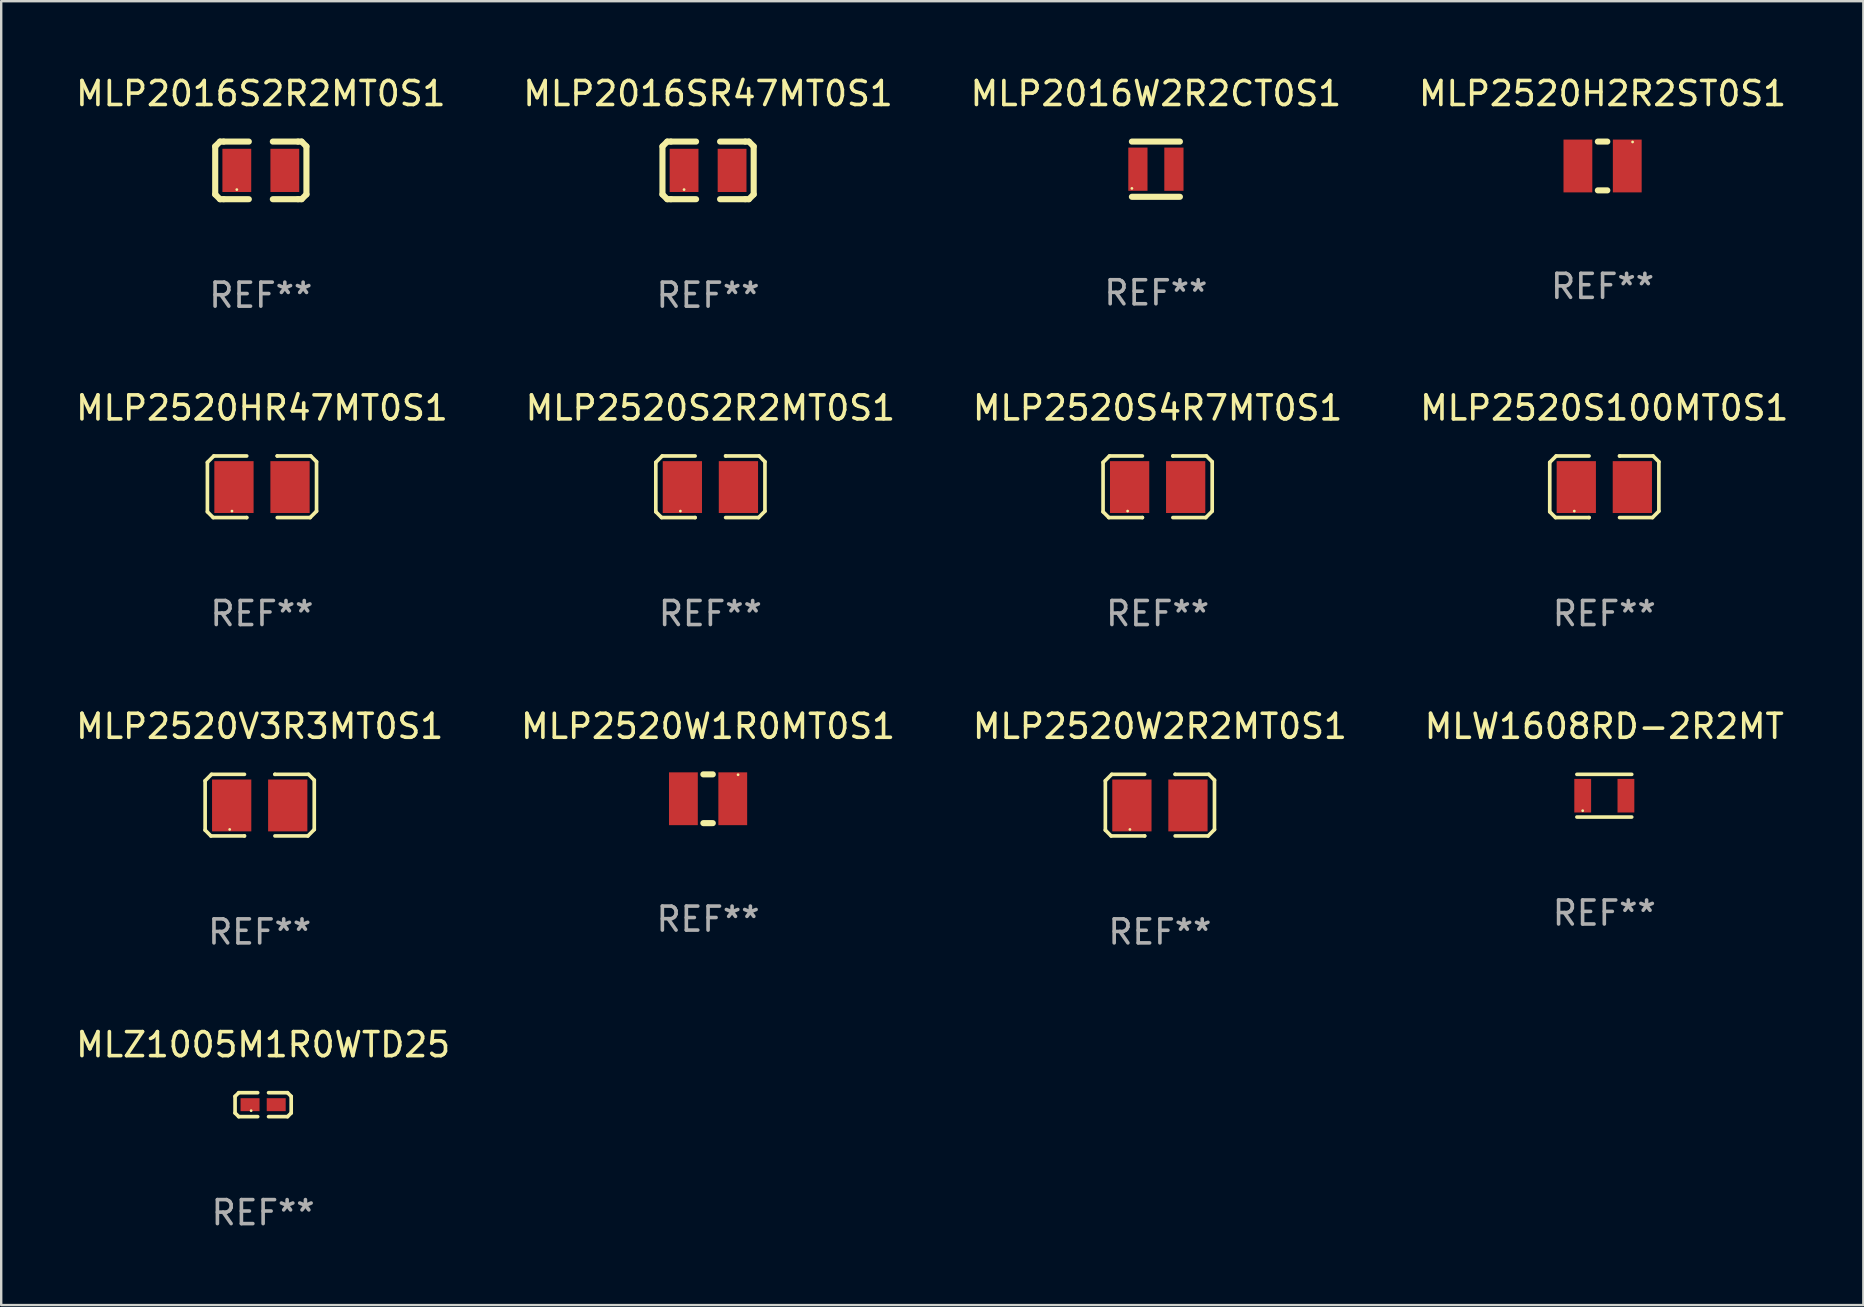
<source format=kicad_pcb>
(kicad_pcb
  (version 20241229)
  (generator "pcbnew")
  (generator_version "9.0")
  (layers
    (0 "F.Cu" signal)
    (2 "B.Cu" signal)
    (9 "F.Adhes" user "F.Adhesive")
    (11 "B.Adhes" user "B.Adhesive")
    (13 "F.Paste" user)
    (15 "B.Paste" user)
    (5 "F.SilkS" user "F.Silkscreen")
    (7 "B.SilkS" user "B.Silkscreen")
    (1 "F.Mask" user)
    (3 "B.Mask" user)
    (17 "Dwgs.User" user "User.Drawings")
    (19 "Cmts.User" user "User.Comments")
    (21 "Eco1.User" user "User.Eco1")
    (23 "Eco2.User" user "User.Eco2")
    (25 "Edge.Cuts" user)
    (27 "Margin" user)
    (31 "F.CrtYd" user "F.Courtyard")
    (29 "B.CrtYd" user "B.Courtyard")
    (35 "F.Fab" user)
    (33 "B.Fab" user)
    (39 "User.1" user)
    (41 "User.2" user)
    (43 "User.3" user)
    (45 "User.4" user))
  (footprint "MLW1608RD-2R2MT"
    (layer "F.Cu")
    (at 63.78 30.096)
    (property "Reference" "MLW1608RD-2R2MT" (at 0 -2.889 0) (layer "F.SilkS") (effects (font (size 1 1) (thickness 0.15))))
    (attr through_hole)
    (fp_line (start -1.143 -0.889) (end 1.143 -0.889) (stroke (width 0.15) (type solid)) (layer "F.SilkS"))
    (fp_line (start -1.143 0.889) (end 1.143 0.889) (stroke (width 0.15) (type solid)) (layer "F.SilkS"))
    (fp_circle (center -0.9 0.625) (end -0.87 0.625) (stroke (width 0.06) (type solid)) (fill no) (layer "F.SilkS"))
    (fp_text user "REF**" (at 0 4.889 0) (layer "F.Fab") (effects (font (size 1 1) (thickness 0.15))))
    (pad "1" smd rect (at -0.9 0) (size 0.7 1.4) (layers "F.Cu" "F.Mask" "F.Paste"))
    (pad "2" smd rect (at 0.9 0) (size 0.7 1.4) (layers "F.Cu" "F.Mask" "F.Paste")))
  (footprint "MLP2520S100MT0S1"
    (layer "F.Cu")
    (at 63.78 17.227)
    (property "Reference" "MLP2520S100MT0S1" (at 0 -3.283 0) (layer "F.SilkS") (effects (font (size 1 1) (thickness 0.15))))
    (attr through_hole)
    (fp_line (start -2.273 -1.016) (end -2.007 -1.283) (stroke (width 0.152) (type solid)) (layer "F.SilkS"))
    (fp_line (start -2.273 1.041) (end -2.273 -1.016) (stroke (width 0.152) (type solid)) (layer "F.SilkS"))
    (fp_line (start -2.032 1.283) (end -2.273 1.041) (stroke (width 0.152) (type solid)) (layer "F.SilkS"))
    (fp_line (start -2.007 -1.283) (end -0.635 -1.283) (stroke (width 0.152) (type solid)) (layer "F.SilkS"))
    (fp_line (start -0.635 1.283) (end -2.032 1.283) (stroke (width 0.152) (type solid)) (layer "F.SilkS"))
    (fp_line (start -0.635 1.283) (end -0.635 1.283) (stroke (width 0.152) (type solid)) (layer "F.SilkS"))
    (fp_line (start 0.635 -1.283) (end 0.635 -1.283) (stroke (width 0.152) (type solid)) (layer "F.SilkS"))
    (fp_line (start 0.635 -1.283) (end 2.032 -1.283) (stroke (width 0.152) (type solid)) (layer "F.SilkS"))
    (fp_line (start 2.007 1.283) (end 0.635 1.283) (stroke (width 0.152) (type solid)) (layer "F.SilkS"))
    (fp_line (start 2.032 -1.283) (end 2.273 -1.041) (stroke (width 0.152) (type solid)) (layer "F.SilkS"))
    (fp_line (start 2.273 -1.041) (end 2.273 1.016) (stroke (width 0.152) (type solid)) (layer "F.SilkS"))
    (fp_line (start 2.273 1.016) (end 2.007 1.283) (stroke (width 0.152) (type solid)) (layer "F.SilkS"))
    (fp_circle (center -1.25 1.013) (end -1.22 1.013) (stroke (width 0.06) (type solid)) (fill no) (layer "F.SilkS"))
    (fp_text user "REF**" (at 0 5.283 0) (layer "F.Fab") (effects (font (size 1 1) (thickness 0.15))))
    (pad "1" smd rect (at -1.167 0.013) (size 1.635 2.16) (layers "F.Cu" "F.Mask" "F.Paste"))
    (pad "2" smd rect (at 1.168 0.013) (size 1.635 2.16) (layers "F.Cu" "F.Mask" "F.Paste")))
  (footprint "MLP2520HR47MT0S1"
    (layer "F.Cu")
    (at 7.863 17.227)
    (property "Reference" "MLP2520HR47MT0S1" (at 0 -3.283 0) (layer "F.SilkS") (effects (font (size 1 1) (thickness 0.15))))
    (attr through_hole)
    (fp_line (start -2.273 -1.016) (end -2.007 -1.283) (stroke (width 0.152) (type solid)) (layer "F.SilkS"))
    (fp_line (start -2.273 1.041) (end -2.273 -1.016) (stroke (width 0.152) (type solid)) (layer "F.SilkS"))
    (fp_line (start -2.032 1.283) (end -2.273 1.041) (stroke (width 0.152) (type solid)) (layer "F.SilkS"))
    (fp_line (start -2.007 -1.283) (end -0.635 -1.283) (stroke (width 0.152) (type solid)) (layer "F.SilkS"))
    (fp_line (start -0.635 1.283) (end -2.032 1.283) (stroke (width 0.152) (type solid)) (layer "F.SilkS"))
    (fp_line (start -0.635 1.283) (end -0.635 1.283) (stroke (width 0.152) (type solid)) (layer "F.SilkS"))
    (fp_line (start 0.635 -1.283) (end 0.635 -1.283) (stroke (width 0.152) (type solid)) (layer "F.SilkS"))
    (fp_line (start 0.635 -1.283) (end 2.032 -1.283) (stroke (width 0.152) (type solid)) (layer "F.SilkS"))
    (fp_line (start 2.007 1.283) (end 0.635 1.283) (stroke (width 0.152) (type solid)) (layer "F.SilkS"))
    (fp_line (start 2.032 -1.283) (end 2.273 -1.041) (stroke (width 0.152) (type solid)) (layer "F.SilkS"))
    (fp_line (start 2.273 -1.041) (end 2.273 1.016) (stroke (width 0.152) (type solid)) (layer "F.SilkS"))
    (fp_line (start 2.273 1.016) (end 2.007 1.283) (stroke (width 0.152) (type solid)) (layer "F.SilkS"))
    (fp_circle (center -1.25 1.013) (end -1.22 1.013) (stroke (width 0.06) (type solid)) (fill no) (layer "F.SilkS"))
    (fp_text user "REF**" (at 0 5.283 0) (layer "F.Fab") (effects (font (size 1 1) (thickness 0.15))))
    (pad "1" smd rect (at -1.167 0.013) (size 1.635 2.16) (layers "F.Cu" "F.Mask" "F.Paste"))
    (pad "2" smd rect (at 1.168 0.013) (size 1.635 2.16) (layers "F.Cu" "F.Mask" "F.Paste")))
  (footprint "MLP2016W2R2CT0S1"
    (layer "F.Cu")
    (at 45.101 3.998)
    (property "Reference" "MLP2016W2R2CT0S1" (at 0 -3.15 0) (layer "F.SilkS") (effects (font (size 1 1) (thickness 0.15))))
    (attr through_hole)
    (fp_line (start -1 -1.15) (end 1 -1.15) (stroke (width 0.254) (type solid)) (layer "F.SilkS"))
    (fp_line (start 1 1.15) (end -1 1.15) (stroke (width 0.254) (type solid)) (layer "F.SilkS"))
    (fp_circle (center -1 0.8) (end -0.97 0.8) (stroke (width 0.06) (type solid)) (fill no) (layer "F.SilkS"))
    (fp_text user "REF**" (at 0 5.15 0) (layer "F.Fab") (effects (font (size 1 1) (thickness 0.15))))
    (pad "1" smd rect (at -0.75 0 90) (size 1.8 0.8) (layers "F.Cu" "F.Mask" "F.Paste"))
    (pad "2" smd rect (at 0.75 0 90) (size 1.8 0.8) (layers "F.Cu" "F.Mask" "F.Paste")))
  (footprint "MLZ1005M1R0WTD25"
    (layer "F.Cu")
    (at 7.911 42.967)
    (property "Reference" "MLZ1005M1R0WTD25" (at 0 -2.499 0) (layer "F.SilkS") (effects (font (size 1 1) (thickness 0.15))))
    (attr through_hole)
    (fp_line (start -1.169 -0.346) (end -1.016 -0.499) (stroke (width 0.152) (type solid)) (layer "F.SilkS"))
    (fp_line (start -1.169 0.346) (end -1.169 -0.346) (stroke (width 0.152) (type solid)) (layer "F.SilkS"))
    (fp_line (start -1.016 -0.499) (end -0.226 -0.499) (stroke (width 0.152) (type solid)) (layer "F.SilkS"))
    (fp_line (start -1.016 0.499) (end -1.169 0.346) (stroke (width 0.152) (type solid)) (layer "F.SilkS"))
    (fp_line (start -0.226 0.499) (end -1.016 0.499) (stroke (width 0.152) (type solid)) (layer "F.SilkS"))
    (fp_line (start 0.226 0.499) (end 1.016 0.499) (stroke (width 0.152) (type solid)) (layer "F.SilkS"))
    (fp_line (start 1.016 -0.499) (end 0.226 -0.499) (stroke (width 0.152) (type solid)) (layer "F.SilkS"))
    (fp_line (start 1.016 0.499) (end 1.169 0.346) (stroke (width 0.152) (type solid)) (layer "F.SilkS"))
    (fp_line (start 1.169 -0.346) (end 1.016 -0.499) (stroke (width 0.152) (type solid)) (layer "F.SilkS"))
    (fp_line (start 1.169 0.346) (end 1.169 -0.346) (stroke (width 0.152) (type solid)) (layer "F.SilkS"))
    (fp_circle (center -0.5 0.25) (end -0.47 0.25) (stroke (width 0.06) (type solid)) (fill no) (layer "F.SilkS"))
    (fp_text user "REF**" (at 0 4.499 0) (layer "F.Fab") (effects (font (size 1 1) (thickness 0.15))))
    (pad "1" smd rect (at -0.545 0) (size 0.79 0.54) (layers "F.Cu" "F.Mask" "F.Paste"))
    (pad "2" smd rect (at 0.545 0) (size 0.79 0.54) (layers "F.Cu" "F.Mask" "F.Paste")))
  (footprint "MLP2016SR47MT0S1"
    (layer "F.Cu")
    (at 26.446 4.048)
    (property "Reference" "MLP2016SR47MT0S1" (at 0 -3.2 0) (layer "F.SilkS") (effects (font (size 1 1) (thickness 0.15))))
    (attr through_hole)
    (fp_line (start -1.9 -1) (end -1.9 1) (stroke (width 0.254) (type solid)) (layer "F.SilkS"))
    (fp_line (start -1.7 -1.2) (end -1.9 -1) (stroke (width 0.254) (type solid)) (layer "F.SilkS"))
    (fp_line (start -1.7 1.2) (end -1.9 1) (stroke (width 0.254) (type solid)) (layer "F.SilkS"))
    (fp_line (start -1.55 -1.2) (end -1.7 -1.2) (stroke (width 0.254) (type solid)) (layer "F.SilkS"))
    (fp_line (start -1.55 1.2) (end -1.7 1.2) (stroke (width 0.254) (type solid)) (layer "F.SilkS"))
    (fp_line (start -0.5 -1.2) (end -1.55 -1.2) (stroke (width 0.254) (type solid)) (layer "F.SilkS"))
    (fp_line (start -0.5 1.2) (end -1.55 1.2) (stroke (width 0.254) (type solid)) (layer "F.SilkS"))
    (fp_line (start 0.5 -1.2) (end 1.55 -1.2) (stroke (width 0.254) (type solid)) (layer "F.SilkS"))
    (fp_line (start 0.5 1.2) (end 1.55 1.2) (stroke (width 0.254) (type solid)) (layer "F.SilkS"))
    (fp_line (start 1.55 -1.2) (end 1.7 -1.2) (stroke (width 0.254) (type solid)) (layer "F.SilkS"))
    (fp_line (start 1.55 1.2) (end 1.7 1.2) (stroke (width 0.254) (type solid)) (layer "F.SilkS"))
    (fp_line (start 1.7 -1.2) (end 1.9 -1) (stroke (width 0.254) (type solid)) (layer "F.SilkS"))
    (fp_line (start 1.7 1.2) (end 1.9 1) (stroke (width 0.254) (type solid)) (layer "F.SilkS"))
    (fp_line (start 1.9 -1) (end 1.9 1) (stroke (width 0.254) (type solid)) (layer "F.SilkS"))
    (fp_circle (center -1 0.8) (end -0.97 0.8) (stroke (width 0.06) (type solid)) (fill no) (layer "F.SilkS"))
    (fp_text user "REF**" (at 0 5.2 0) (layer "F.Fab") (effects (font (size 1 1) (thickness 0.15))))
    (pad "1" smd rect (at -1 0) (size 1.2 1.8) (layers "F.Cu" "F.Mask" "F.Paste"))
    (pad "2" smd rect (at 1 0) (size 1.2 1.8) (layers "F.Cu" "F.Mask" "F.Paste")))
  (footprint "MLP2520S4R7MT0S1"
    (layer "F.Cu")
    (at 45.173 17.227)
    (property "Reference" "MLP2520S4R7MT0S1" (at 0 -3.283 0) (layer "F.SilkS") (effects (font (size 1 1) (thickness 0.15))))
    (attr through_hole)
    (fp_line (start -2.273 -1.016) (end -2.007 -1.283) (stroke (width 0.152) (type solid)) (layer "F.SilkS"))
    (fp_line (start -2.273 1.041) (end -2.273 -1.016) (stroke (width 0.152) (type solid)) (layer "F.SilkS"))
    (fp_line (start -2.032 1.283) (end -2.273 1.041) (stroke (width 0.152) (type solid)) (layer "F.SilkS"))
    (fp_line (start -2.007 -1.283) (end -0.635 -1.283) (stroke (width 0.152) (type solid)) (layer "F.SilkS"))
    (fp_line (start -0.635 1.283) (end -2.032 1.283) (stroke (width 0.152) (type solid)) (layer "F.SilkS"))
    (fp_line (start -0.635 1.283) (end -0.635 1.283) (stroke (width 0.152) (type solid)) (layer "F.SilkS"))
    (fp_line (start 0.635 -1.283) (end 0.635 -1.283) (stroke (width 0.152) (type solid)) (layer "F.SilkS"))
    (fp_line (start 0.635 -1.283) (end 2.032 -1.283) (stroke (width 0.152) (type solid)) (layer "F.SilkS"))
    (fp_line (start 2.007 1.283) (end 0.635 1.283) (stroke (width 0.152) (type solid)) (layer "F.SilkS"))
    (fp_line (start 2.032 -1.283) (end 2.273 -1.041) (stroke (width 0.152) (type solid)) (layer "F.SilkS"))
    (fp_line (start 2.273 -1.041) (end 2.273 1.016) (stroke (width 0.152) (type solid)) (layer "F.SilkS"))
    (fp_line (start 2.273 1.016) (end 2.007 1.283) (stroke (width 0.152) (type solid)) (layer "F.SilkS"))
    (fp_circle (center -1.25 1.013) (end -1.22 1.013) (stroke (width 0.06) (type solid)) (fill no) (layer "F.SilkS"))
    (fp_text user "REF**" (at 0 5.283 0) (layer "F.Fab") (effects (font (size 1 1) (thickness 0.15))))
    (pad "1" smd rect (at -1.167 0.013) (size 1.635 2.16) (layers "F.Cu" "F.Mask" "F.Paste"))
    (pad "2" smd rect (at 1.168 0.013) (size 1.635 2.16) (layers "F.Cu" "F.Mask" "F.Paste")))
  (footprint "MLP2520H2R2ST0S1"
    (layer "F.Cu")
    (at 63.708 3.864)
    (property "Reference" "MLP2520H2R2ST0S1" (at 0 -3.016 0) (layer "F.SilkS") (effects (font (size 1 1) (thickness 0.15))))
    (attr through_hole)
    (fp_line (start -0.197 1.016) (end 0.197 1.016) (stroke (width 0.254) (type solid)) (layer "F.SilkS"))
    (fp_line (start 0.197 -1.016) (end -0.197 -1.016) (stroke (width 0.254) (type solid)) (layer "F.SilkS"))
    (fp_circle (center 1.25 -1) (end 1.28 -1) (stroke (width 0.06) (type solid)) (fill no) (layer "F.SilkS"))
    (fp_text user "REF**" (at 0 5.016 0) (layer "F.Fab") (effects (font (size 1 1) (thickness 0.15))))
    (pad "1" smd rect (at 1.028 0) (size 1.2 2.2) (layers "F.Cu" "F.Mask" "F.Paste"))
    (pad "2" smd rect (at -1.028 0) (size 1.2 2.2) (layers "F.Cu" "F.Mask" "F.Paste")))
  (footprint "MLP2520W1R0MT0S1"
    (layer "F.Cu")
    (at 26.446 30.223)
    (property "Reference" "MLP2520W1R0MT0S1" (at 0 -3.016 0) (layer "F.SilkS") (effects (font (size 1 1) (thickness 0.15))))
    (attr through_hole)
    (fp_line (start -0.197 1.016) (end 0.197 1.016) (stroke (width 0.254) (type solid)) (layer "F.SilkS"))
    (fp_line (start 0.197 -1.016) (end -0.197 -1.016) (stroke (width 0.254) (type solid)) (layer "F.SilkS"))
    (fp_circle (center 1.25 -1) (end 1.28 -1) (stroke (width 0.06) (type solid)) (fill no) (layer "F.SilkS"))
    (fp_text user "REF**" (at 0 5.016 0) (layer "F.Fab") (effects (font (size 1 1) (thickness 0.15))))
    (pad "1" smd rect (at 1.028 0) (size 1.2 2.2) (layers "F.Cu" "F.Mask" "F.Paste"))
    (pad "2" smd rect (at -1.028 0) (size 1.2 2.2) (layers "F.Cu" "F.Mask" "F.Paste")))
  (footprint "MLP2520V3R3MT0S1"
    (layer "F.Cu")
    (at 7.768 30.489)
    (property "Reference" "MLP2520V3R3MT0S1" (at 0 -3.283 0) (layer "F.SilkS") (effects (font (size 1 1) (thickness 0.15))))
    (attr through_hole)
    (fp_line (start -2.273 -1.016) (end -2.007 -1.283) (stroke (width 0.152) (type solid)) (layer "F.SilkS"))
    (fp_line (start -2.273 1.041) (end -2.273 -1.016) (stroke (width 0.152) (type solid)) (layer "F.SilkS"))
    (fp_line (start -2.032 1.283) (end -2.273 1.041) (stroke (width 0.152) (type solid)) (layer "F.SilkS"))
    (fp_line (start -2.007 -1.283) (end -0.635 -1.283) (stroke (width 0.152) (type solid)) (layer "F.SilkS"))
    (fp_line (start -0.635 1.283) (end -2.032 1.283) (stroke (width 0.152) (type solid)) (layer "F.SilkS"))
    (fp_line (start -0.635 1.283) (end -0.635 1.283) (stroke (width 0.152) (type solid)) (layer "F.SilkS"))
    (fp_line (start 0.635 -1.283) (end 0.635 -1.283) (stroke (width 0.152) (type solid)) (layer "F.SilkS"))
    (fp_line (start 0.635 -1.283) (end 2.032 -1.283) (stroke (width 0.152) (type solid)) (layer "F.SilkS"))
    (fp_line (start 2.007 1.283) (end 0.635 1.283) (stroke (width 0.152) (type solid)) (layer "F.SilkS"))
    (fp_line (start 2.032 -1.283) (end 2.273 -1.041) (stroke (width 0.152) (type solid)) (layer "F.SilkS"))
    (fp_line (start 2.273 -1.041) (end 2.273 1.016) (stroke (width 0.152) (type solid)) (layer "F.SilkS"))
    (fp_line (start 2.273 1.016) (end 2.007 1.283) (stroke (width 0.152) (type solid)) (layer "F.SilkS"))
    (fp_circle (center -1.25 1.013) (end -1.22 1.013) (stroke (width 0.06) (type solid)) (fill no) (layer "F.SilkS"))
    (fp_text user "REF**" (at 0 5.283 0) (layer "F.Fab") (effects (font (size 1 1) (thickness 0.15))))
    (pad "1" smd rect (at -1.167 0.013) (size 1.635 2.16) (layers "F.Cu" "F.Mask" "F.Paste"))
    (pad "2" smd rect (at 1.168 0.013) (size 1.635 2.16) (layers "F.Cu" "F.Mask" "F.Paste")))
  (footprint "MLP2016S2R2MT0S1"
    (layer "F.Cu")
    (at 7.815 4.048)
    (property "Reference" "MLP2016S2R2MT0S1" (at 0 -3.2 0) (layer "F.SilkS") (effects (font (size 1 1) (thickness 0.15))))
    (attr through_hole)
    (fp_line (start -1.9 -1) (end -1.9 1) (stroke (width 0.254) (type solid)) (layer "F.SilkS"))
    (fp_line (start -1.7 -1.2) (end -1.9 -1) (stroke (width 0.254) (type solid)) (layer "F.SilkS"))
    (fp_line (start -1.7 1.2) (end -1.9 1) (stroke (width 0.254) (type solid)) (layer "F.SilkS"))
    (fp_line (start -1.55 -1.2) (end -1.7 -1.2) (stroke (width 0.254) (type solid)) (layer "F.SilkS"))
    (fp_line (start -1.55 1.2) (end -1.7 1.2) (stroke (width 0.254) (type solid)) (layer "F.SilkS"))
    (fp_line (start -0.5 -1.2) (end -1.55 -1.2) (stroke (width 0.254) (type solid)) (layer "F.SilkS"))
    (fp_line (start -0.5 1.2) (end -1.55 1.2) (stroke (width 0.254) (type solid)) (layer "F.SilkS"))
    (fp_line (start 0.5 -1.2) (end 1.55 -1.2) (stroke (width 0.254) (type solid)) (layer "F.SilkS"))
    (fp_line (start 0.5 1.2) (end 1.55 1.2) (stroke (width 0.254) (type solid)) (layer "F.SilkS"))
    (fp_line (start 1.55 -1.2) (end 1.7 -1.2) (stroke (width 0.254) (type solid)) (layer "F.SilkS"))
    (fp_line (start 1.55 1.2) (end 1.7 1.2) (stroke (width 0.254) (type solid)) (layer "F.SilkS"))
    (fp_line (start 1.7 -1.2) (end 1.9 -1) (stroke (width 0.254) (type solid)) (layer "F.SilkS"))
    (fp_line (start 1.7 1.2) (end 1.9 1) (stroke (width 0.254) (type solid)) (layer "F.SilkS"))
    (fp_line (start 1.9 -1) (end 1.9 1) (stroke (width 0.254) (type solid)) (layer "F.SilkS"))
    (fp_circle (center -1 0.8) (end -0.97 0.8) (stroke (width 0.06) (type solid)) (fill no) (layer "F.SilkS"))
    (fp_text user "REF**" (at 0 5.2 0) (layer "F.Fab") (effects (font (size 1 1) (thickness 0.15))))
    (pad "1" smd rect (at -1 0) (size 1.2 1.8) (layers "F.Cu" "F.Mask" "F.Paste"))
    (pad "2" smd rect (at 1 0) (size 1.2 1.8) (layers "F.Cu" "F.Mask" "F.Paste")))
  (footprint "MLP2520S2R2MT0S1"
    (layer "F.Cu")
    (at 26.542 17.227)
    (property "Reference" "MLP2520S2R2MT0S1" (at 0 -3.283 0) (layer "F.SilkS") (effects (font (size 1 1) (thickness 0.15))))
    (attr through_hole)
    (fp_line (start -2.273 -1.016) (end -2.007 -1.283) (stroke (width 0.152) (type solid)) (layer "F.SilkS"))
    (fp_line (start -2.273 1.041) (end -2.273 -1.016) (stroke (width 0.152) (type solid)) (layer "F.SilkS"))
    (fp_line (start -2.032 1.283) (end -2.273 1.041) (stroke (width 0.152) (type solid)) (layer "F.SilkS"))
    (fp_line (start -2.007 -1.283) (end -0.635 -1.283) (stroke (width 0.152) (type solid)) (layer "F.SilkS"))
    (fp_line (start -0.635 1.283) (end -2.032 1.283) (stroke (width 0.152) (type solid)) (layer "F.SilkS"))
    (fp_line (start -0.635 1.283) (end -0.635 1.283) (stroke (width 0.152) (type solid)) (layer "F.SilkS"))
    (fp_line (start 0.635 -1.283) (end 0.635 -1.283) (stroke (width 0.152) (type solid)) (layer "F.SilkS"))
    (fp_line (start 0.635 -1.283) (end 2.032 -1.283) (stroke (width 0.152) (type solid)) (layer "F.SilkS"))
    (fp_line (start 2.007 1.283) (end 0.635 1.283) (stroke (width 0.152) (type solid)) (layer "F.SilkS"))
    (fp_line (start 2.032 -1.283) (end 2.273 -1.041) (stroke (width 0.152) (type solid)) (layer "F.SilkS"))
    (fp_line (start 2.273 -1.041) (end 2.273 1.016) (stroke (width 0.152) (type solid)) (layer "F.SilkS"))
    (fp_line (start 2.273 1.016) (end 2.007 1.283) (stroke (width 0.152) (type solid)) (layer "F.SilkS"))
    (fp_circle (center -1.25 1.013) (end -1.22 1.013) (stroke (width 0.06) (type solid)) (fill no) (layer "F.SilkS"))
    (fp_text user "REF**" (at 0 5.283 0) (layer "F.Fab") (effects (font (size 1 1) (thickness 0.15))))
    (pad "1" smd rect (at -1.167 0.013) (size 1.635 2.16) (layers "F.Cu" "F.Mask" "F.Paste"))
    (pad "2" smd rect (at 1.168 0.013) (size 1.635 2.16) (layers "F.Cu" "F.Mask" "F.Paste")))
  (footprint "MLP2520W2R2MT0S1"
    (layer "F.Cu")
    (at 45.268 30.489)
    (property "Reference" "MLP2520W2R2MT0S1" (at 0 -3.283 0) (layer "F.SilkS") (effects (font (size 1 1) (thickness 0.15))))
    (attr through_hole)
    (fp_line (start -2.273 -1.016) (end -2.007 -1.283) (stroke (width 0.152) (type solid)) (layer "F.SilkS"))
    (fp_line (start -2.273 1.041) (end -2.273 -1.016) (stroke (width 0.152) (type solid)) (layer "F.SilkS"))
    (fp_line (start -2.032 1.283) (end -2.273 1.041) (stroke (width 0.152) (type solid)) (layer "F.SilkS"))
    (fp_line (start -2.007 -1.283) (end -0.635 -1.283) (stroke (width 0.152) (type solid)) (layer "F.SilkS"))
    (fp_line (start -0.635 1.283) (end -2.032 1.283) (stroke (width 0.152) (type solid)) (layer "F.SilkS"))
    (fp_line (start -0.635 1.283) (end -0.635 1.283) (stroke (width 0.152) (type solid)) (layer "F.SilkS"))
    (fp_line (start 0.635 -1.283) (end 0.635 -1.283) (stroke (width 0.152) (type solid)) (layer "F.SilkS"))
    (fp_line (start 0.635 -1.283) (end 2.032 -1.283) (stroke (width 0.152) (type solid)) (layer "F.SilkS"))
    (fp_line (start 2.007 1.283) (end 0.635 1.283) (stroke (width 0.152) (type solid)) (layer "F.SilkS"))
    (fp_line (start 2.032 -1.283) (end 2.273 -1.041) (stroke (width 0.152) (type solid)) (layer "F.SilkS"))
    (fp_line (start 2.273 -1.041) (end 2.273 1.016) (stroke (width 0.152) (type solid)) (layer "F.SilkS"))
    (fp_line (start 2.273 1.016) (end 2.007 1.283) (stroke (width 0.152) (type solid)) (layer "F.SilkS"))
    (fp_circle (center -1.25 1.013) (end -1.22 1.013) (stroke (width 0.06) (type solid)) (fill no) (layer "F.SilkS"))
    (fp_text user "REF**" (at 0 5.283 0) (layer "F.Fab") (effects (font (size 1 1) (thickness 0.15))))
    (pad "1" smd rect (at -1.167 0.013) (size 1.635 2.16) (layers "F.Cu" "F.Mask" "F.Paste"))
    (pad "2" smd rect (at 1.168 0.013) (size 1.635 2.16) (layers "F.Cu" "F.Mask" "F.Paste")))
  (gr_rect
    (start -3 -3)
    (end 74.571 51.314)
    (stroke (width 0.1) (type default))
    (fill no)
    (layer "Edge.Cuts")))
</source>
